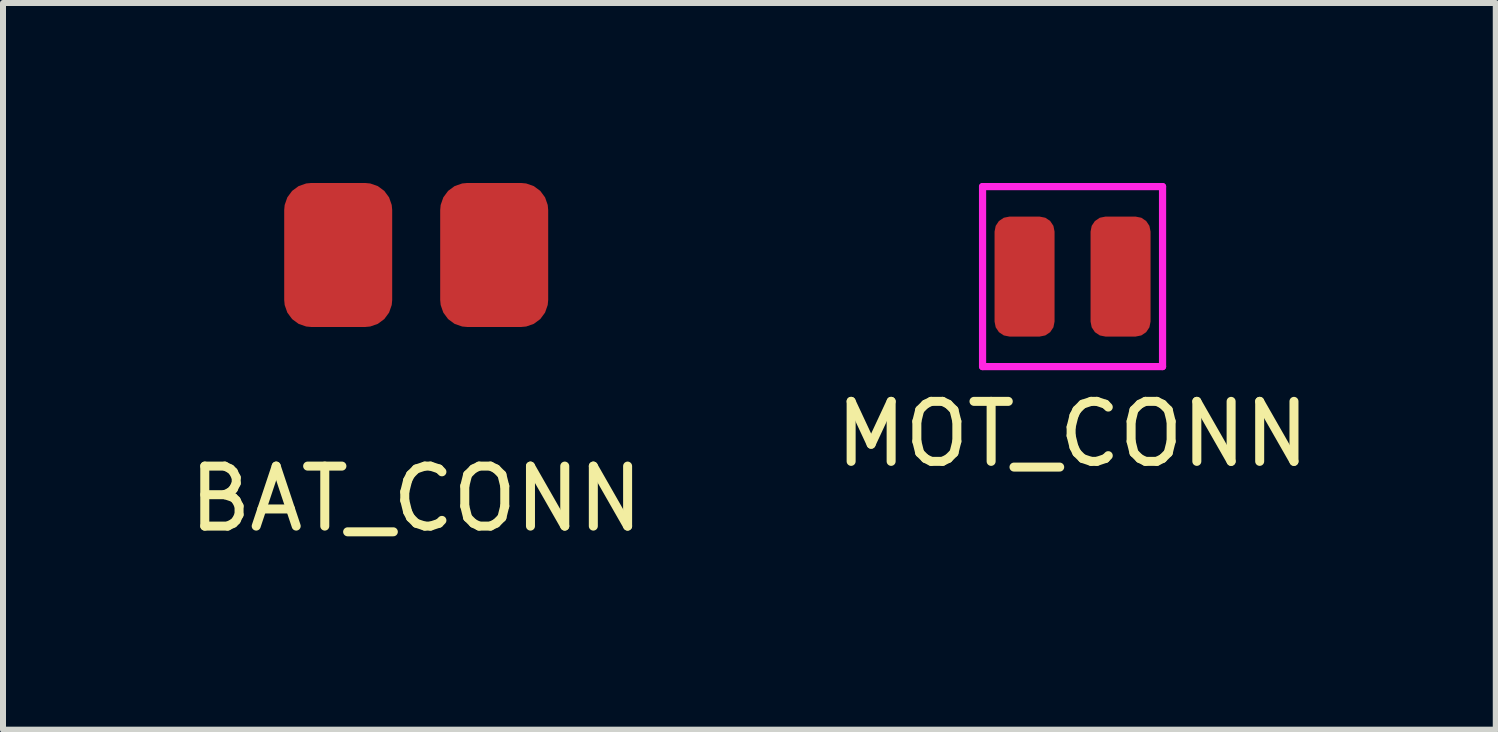
<source format=kicad_pcb>
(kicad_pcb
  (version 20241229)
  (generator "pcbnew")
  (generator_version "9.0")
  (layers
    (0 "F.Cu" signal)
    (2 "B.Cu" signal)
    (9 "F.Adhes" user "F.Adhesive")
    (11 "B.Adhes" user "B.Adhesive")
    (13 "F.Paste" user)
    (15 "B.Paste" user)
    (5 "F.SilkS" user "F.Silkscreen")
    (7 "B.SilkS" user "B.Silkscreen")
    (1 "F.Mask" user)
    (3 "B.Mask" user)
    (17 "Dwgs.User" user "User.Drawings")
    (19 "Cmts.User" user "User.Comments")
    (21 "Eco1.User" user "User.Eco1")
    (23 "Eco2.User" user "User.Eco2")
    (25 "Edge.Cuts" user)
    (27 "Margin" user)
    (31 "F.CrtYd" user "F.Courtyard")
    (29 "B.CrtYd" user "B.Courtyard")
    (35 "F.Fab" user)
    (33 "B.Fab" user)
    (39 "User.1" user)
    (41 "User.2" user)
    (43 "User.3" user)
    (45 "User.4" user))
  (footprint "MOT_CONN"
    (layer "F.Cu")
    (at 14.827 1.56)
    (property "Reference" "MOT_CONN" (at 0 2.625 0) (layer "F.SilkS") (effects (font (size 1 1) (thickness 0.15))))
    (attr through_hole)
    (fp_line (start -1.5 -1.5) (end 1.5 -1.5) (stroke (width 0.12) (type solid)) (layer "F.CrtYd"))
    (fp_line (start -1.5 1.5) (end -1.5 -1.5) (stroke (width 0.12) (type solid)) (layer "F.CrtYd"))
    (fp_line (start 1.5 -1.5) (end 1.5 1.5) (stroke (width 0.12) (type solid)) (layer "F.CrtYd"))
    (fp_line (start 1.5 1.5) (end -1.5 1.5) (stroke (width 0.12) (type solid)) (layer "F.CrtYd"))
    (pad "1" smd roundrect (at -0.8 0) (size 1 2) (layers "F.Cu" "F.Mask" "F.Paste") (roundrect_rratio 0.25))
    (pad "2" smd roundrect (at 0.8 0) (size 1 2) (layers "F.Cu" "F.Mask" "F.Paste") (roundrect_rratio 0.25)))
  (footprint "BAT_CONN"
    (layer "F.Cu")
    (at 3.887 1.2)
    (property "Reference" "BAT_CONN" (at 0 4.064 0) (layer "F.SilkS") (effects (font (size 1 1) (thickness 0.15))))
    (attr through_hole)
    (pad "1" smd roundrect (at -1.3 0) (size 1.8 2.4) (layers "F.Cu" "F.Mask" "F.Paste") (roundrect_rratio 0.25))
    (pad "2" smd roundrect (at 1.3 0) (size 1.8 2.4) (layers "F.Cu" "F.Mask" "F.Paste") (roundrect_rratio 0.25)))
  (gr_rect
    (start -3 -3)
    (end 21.881 9.112)
    (stroke (width 0.1) (type default))
    (fill no)
    (layer "Edge.Cuts")))
</source>
